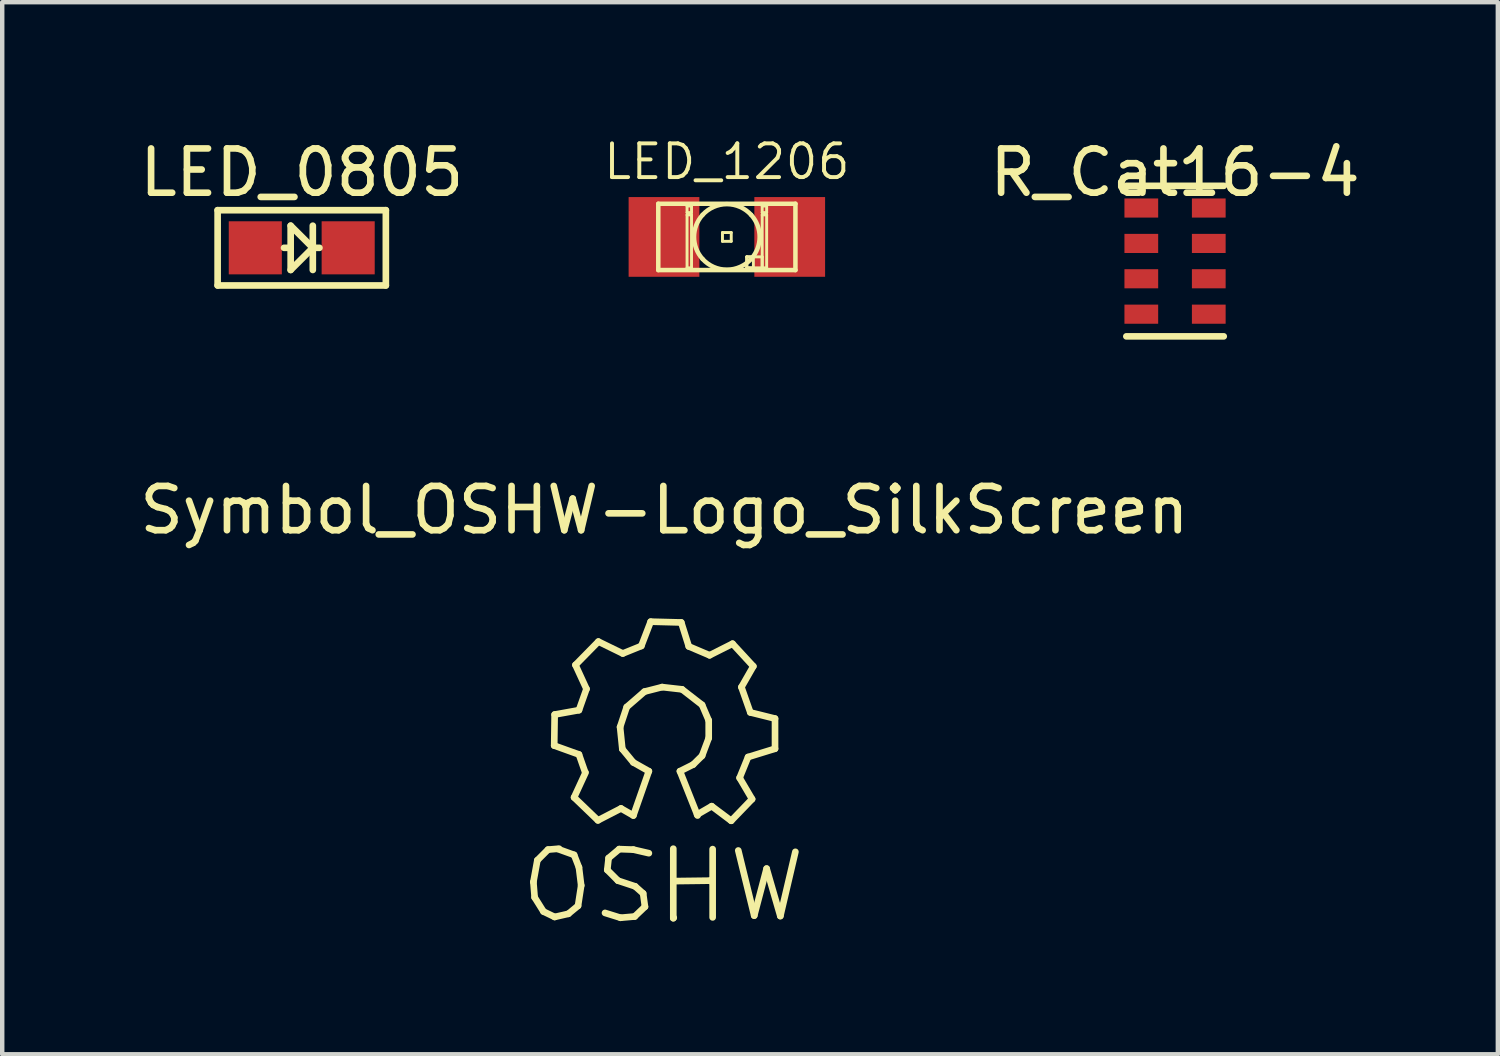
<source format=kicad_pcb>
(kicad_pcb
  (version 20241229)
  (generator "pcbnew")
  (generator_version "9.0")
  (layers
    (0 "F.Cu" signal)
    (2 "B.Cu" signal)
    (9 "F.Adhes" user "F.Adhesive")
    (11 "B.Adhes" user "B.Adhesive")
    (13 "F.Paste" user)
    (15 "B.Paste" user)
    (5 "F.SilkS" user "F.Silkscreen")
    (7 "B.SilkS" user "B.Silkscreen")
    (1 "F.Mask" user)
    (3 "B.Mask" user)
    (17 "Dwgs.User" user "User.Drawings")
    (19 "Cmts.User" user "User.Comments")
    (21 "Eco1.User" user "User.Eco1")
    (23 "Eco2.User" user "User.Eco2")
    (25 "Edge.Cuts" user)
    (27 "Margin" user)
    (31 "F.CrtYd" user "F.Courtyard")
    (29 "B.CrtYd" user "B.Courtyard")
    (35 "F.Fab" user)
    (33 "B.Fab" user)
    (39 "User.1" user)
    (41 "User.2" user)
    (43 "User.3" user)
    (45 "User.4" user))
  (footprint "Symbol_OSHW-Logo_SilkScreen"
    (layer "F.Cu")
    (at 11.958 13.472)
    (property "Reference" "Symbol_OSHW-Logo_SilkScreen" (at 0 -5 0) (layer "F.SilkS") (effects (font (size 1 1) (thickness 0.15))))
    (attr through_hole)
    (fp_line (start -2.959 3.401) (end -2.931 3.749) (stroke (width 0.15) (type solid)) (layer "F.SilkS"))
    (fp_line (start -2.931 3.749) (end -2.731 4.069) (stroke (width 0.15) (type solid)) (layer "F.SilkS"))
    (fp_line (start -2.87 2.911) (end -2.959 3.401) (stroke (width 0.15) (type solid)) (layer "F.SilkS"))
    (fp_line (start -2.731 4.069) (end -2.479 4.191) (stroke (width 0.15) (type solid)) (layer "F.SilkS"))
    (fp_line (start -2.629 2.67) (end -2.87 2.911) (stroke (width 0.15) (type solid)) (layer "F.SilkS"))
    (fp_line (start -2.489 0.32) (end -1.93 0.521) (stroke (width 0.15) (type solid)) (layer "F.SilkS"))
    (fp_line (start -2.479 -0.381) (end -2.489 0.32) (stroke (width 0.15) (type solid)) (layer "F.SilkS"))
    (fp_line (start -2.479 4.191) (end -2.169 4.12) (stroke (width 0.15) (type solid)) (layer "F.SilkS"))
    (fp_line (start -2.38 2.649) (end -2.629 2.67) (stroke (width 0.15) (type solid)) (layer "F.SilkS"))
    (fp_line (start -2.169 4.12) (end -1.951 3.94) (stroke (width 0.15) (type solid)) (layer "F.SilkS"))
    (fp_line (start -2.04 1.491) (end -1.501 2.009) (stroke (width 0.15) (type solid)) (layer "F.SilkS"))
    (fp_line (start -2.04 2.789) (end -2.4 2.659) (stroke (width 0.15) (type solid)) (layer "F.SilkS"))
    (fp_line (start -2.009 -1.501) (end -1.76 -0.96) (stroke (width 0.15) (type solid)) (layer "F.SilkS"))
    (fp_line (start -1.951 3.94) (end -1.88 3.48) (stroke (width 0.15) (type solid)) (layer "F.SilkS"))
    (fp_line (start -1.93 -0.48) (end -2.479 -0.381) (stroke (width 0.15) (type solid)) (layer "F.SilkS"))
    (fp_line (start -1.93 0.521) (end -1.791 0.919) (stroke (width 0.15) (type solid)) (layer "F.SilkS"))
    (fp_line (start -1.93 3.071) (end -2.04 2.789) (stroke (width 0.15) (type solid)) (layer "F.SilkS"))
    (fp_line (start -1.88 3.48) (end -1.93 3.071) (stroke (width 0.15) (type solid)) (layer "F.SilkS"))
    (fp_line (start -1.781 0.93) (end -2.04 1.491) (stroke (width 0.15) (type solid)) (layer "F.SilkS"))
    (fp_line (start -1.76 -0.96) (end -1.93 -0.48) (stroke (width 0.15) (type solid)) (layer "F.SilkS"))
    (fp_line (start -1.501 2.009) (end -0.98 1.74) (stroke (width 0.15) (type solid)) (layer "F.SilkS"))
    (fp_line (start -1.491 -2.029) (end -2.009 -1.501) (stroke (width 0.15) (type solid)) (layer "F.SilkS"))
    (fp_line (start -1.29 3.129) (end -1.049 3.371) (stroke (width 0.15) (type solid)) (layer "F.SilkS"))
    (fp_line (start -1.26 2.86) (end -1.29 3.129) (stroke (width 0.15) (type solid)) (layer "F.SilkS"))
    (fp_line (start -1.049 3.371) (end -0.66 3.5) (stroke (width 0.15) (type solid)) (layer "F.SilkS"))
    (fp_line (start -1.021 2.659) (end -1.26 2.86) (stroke (width 0.15) (type solid)) (layer "F.SilkS"))
    (fp_line (start -1.001 -0.099) (end -0.95 0.399) (stroke (width 0.15) (type solid)) (layer "F.SilkS"))
    (fp_line (start -0.991 4.209) (end -1.341 4.1) (stroke (width 0.15) (type solid)) (layer "F.SilkS"))
    (fp_line (start -0.98 1.74) (end -0.701 1.9) (stroke (width 0.15) (type solid)) (layer "F.SilkS"))
    (fp_line (start -0.95 0.399) (end -0.701 0.701) (stroke (width 0.15) (type solid)) (layer "F.SilkS"))
    (fp_line (start -0.94 -1.76) (end -1.491 -2.029) (stroke (width 0.15) (type solid)) (layer "F.SilkS"))
    (fp_line (start -0.851 -0.551) (end -1.001 -0.099) (stroke (width 0.15) (type solid)) (layer "F.SilkS"))
    (fp_line (start -0.701 0.701) (end -0.351 0.899) (stroke (width 0.15) (type solid)) (layer "F.SilkS"))
    (fp_line (start -0.701 2.67) (end -1.021 2.659) (stroke (width 0.15) (type solid)) (layer "F.SilkS"))
    (fp_line (start -0.671 4.181) (end -0.991 4.209) (stroke (width 0.15) (type solid)) (layer "F.SilkS"))
    (fp_line (start -0.66 3.5) (end -0.48 3.66) (stroke (width 0.15) (type solid)) (layer "F.SilkS"))
    (fp_line (start -0.521 -1.93) (end -0.94 -1.76) (stroke (width 0.15) (type solid)) (layer "F.SilkS"))
    (fp_line (start -0.48 3.66) (end -0.439 3.96) (stroke (width 0.15) (type solid)) (layer "F.SilkS"))
    (fp_line (start -0.45 -0.899) (end -0.851 -0.551) (stroke (width 0.15) (type solid)) (layer "F.SilkS"))
    (fp_line (start -0.439 3.96) (end -0.671 4.181) (stroke (width 0.15) (type solid)) (layer "F.SilkS"))
    (fp_line (start -0.351 0.899) (end -0.701 1.9) (stroke (width 0.15) (type solid)) (layer "F.SilkS"))
    (fp_line (start -0.351 2.751) (end -0.701 2.67) (stroke (width 0.15) (type solid)) (layer "F.SilkS"))
    (fp_line (start -0.31 -2.479) (end -0.521 -1.93) (stroke (width 0.15) (type solid)) (layer "F.SilkS"))
    (fp_line (start -0.051 -1.001) (end -0.45 -0.899) (stroke (width 0.15) (type solid)) (layer "F.SilkS"))
    (fp_line (start 0.201 2.649) (end 0.201 4.219) (stroke (width 0.15) (type solid)) (layer "F.SilkS"))
    (fp_line (start 0.201 4.219) (end 0.211 4.209) (stroke (width 0.15) (type solid)) (layer "F.SilkS"))
    (fp_line (start 0.249 3.381) (end 1.039 3.371) (stroke (width 0.15) (type solid)) (layer "F.SilkS"))
    (fp_line (start 0.351 0.899) (end 0.65 0.749) (stroke (width 0.15) (type solid)) (layer "F.SilkS"))
    (fp_line (start 0.351 0.899) (end 0.749 1.9) (stroke (width 0.15) (type solid)) (layer "F.SilkS"))
    (fp_line (start 0.381 -2.461) (end -0.31 -2.479) (stroke (width 0.15) (type solid)) (layer "F.SilkS"))
    (fp_line (start 0.399 -0.95) (end -0.051 -1.001) (stroke (width 0.15) (type solid)) (layer "F.SilkS"))
    (fp_line (start 0.551 -1.92) (end 0.381 -2.461) (stroke (width 0.15) (type solid)) (layer "F.SilkS"))
    (fp_line (start 0.65 0.749) (end 0.851 0.551) (stroke (width 0.15) (type solid)) (layer "F.SilkS"))
    (fp_line (start 0.739 1.88) (end 1.069 1.689) (stroke (width 0.15) (type solid)) (layer "F.SilkS"))
    (fp_line (start 0.851 -0.599) (end 0.399 -0.95) (stroke (width 0.15) (type solid)) (layer "F.SilkS"))
    (fp_line (start 0.851 0.551) (end 1.001 0.15) (stroke (width 0.15) (type solid)) (layer "F.SilkS"))
    (fp_line (start 1.001 -0.249) (end 0.851 -0.599) (stroke (width 0.15) (type solid)) (layer "F.SilkS"))
    (fp_line (start 1.001 0.15) (end 1.001 -0.249) (stroke (width 0.15) (type solid)) (layer "F.SilkS"))
    (fp_line (start 1.021 -1.72) (end 0.551 -1.92) (stroke (width 0.15) (type solid)) (layer "F.SilkS"))
    (fp_line (start 1.039 3.371) (end 1.049 3.381) (stroke (width 0.15) (type solid)) (layer "F.SilkS"))
    (fp_line (start 1.049 3.381) (end 1.049 3.371) (stroke (width 0.15) (type solid)) (layer "F.SilkS"))
    (fp_line (start 1.069 1.689) (end 1.509 2.019) (stroke (width 0.15) (type solid)) (layer "F.SilkS"))
    (fp_line (start 1.09 2.659) (end 1.09 4.201) (stroke (width 0.15) (type solid)) (layer "F.SilkS"))
    (fp_line (start 1.509 2.019) (end 1.981 1.529) (stroke (width 0.15) (type solid)) (layer "F.SilkS"))
    (fp_line (start 1.539 -1.981) (end 1.021 -1.72) (stroke (width 0.15) (type solid)) (layer "F.SilkS"))
    (fp_line (start 1.669 2.69) (end 2.029 4.161) (stroke (width 0.15) (type solid)) (layer "F.SilkS"))
    (fp_line (start 1.699 1.049) (end 1.89 0.579) (stroke (width 0.15) (type solid)) (layer "F.SilkS"))
    (fp_line (start 1.74 -1.001) (end 2.009 -1.471) (stroke (width 0.15) (type solid)) (layer "F.SilkS"))
    (fp_line (start 1.89 0.579) (end 2.499 0.391) (stroke (width 0.15) (type solid)) (layer "F.SilkS"))
    (fp_line (start 1.941 -0.429) (end 1.74 -1.001) (stroke (width 0.15) (type solid)) (layer "F.SilkS"))
    (fp_line (start 1.981 1.529) (end 1.699 1.049) (stroke (width 0.15) (type solid)) (layer "F.SilkS"))
    (fp_line (start 2.009 -1.471) (end 1.539 -1.981) (stroke (width 0.15) (type solid)) (layer "F.SilkS"))
    (fp_line (start 2.029 4.161) (end 2.309 3.099) (stroke (width 0.15) (type solid)) (layer "F.SilkS"))
    (fp_line (start 2.309 3.099) (end 2.619 4.171) (stroke (width 0.15) (type solid)) (layer "F.SilkS"))
    (fp_line (start 2.499 -0.29) (end 1.941 -0.429) (stroke (width 0.15) (type solid)) (layer "F.SilkS"))
    (fp_line (start 2.499 0.391) (end 2.499 -0.29) (stroke (width 0.15) (type solid)) (layer "F.SilkS"))
    (fp_line (start 2.619 4.171) (end 2.959 2.72) (stroke (width 0.15) (type solid)) (layer "F.SilkS")))
  (footprint "R_Cat16-4"
    (layer "F.Cu")
    (at 23.493 2.848)
    (property "Reference" "R_Cat16-4" (at 0 -2 0) (layer "F.SilkS") (effects (font (size 1 1) (thickness 0.15))))
    (attr through_hole)
    (fp_line (start -1.1 -1.7) (end 1.1 -1.7) (stroke (width 0.15) (type solid)) (layer "F.SilkS"))
    (fp_line (start -1.1 1.7) (end 1.1 1.7) (stroke (width 0.15) (type solid)) (layer "F.SilkS"))
    (pad "1" smd rect (at 0.762 1.199) (size 0.762 0.432) (layers "F.Cu" "F.Mask" "F.Paste"))
    (pad "2" smd rect (at 0.762 0.399) (size 0.762 0.432) (layers "F.Cu" "F.Mask" "F.Paste"))
    (pad "3" smd rect (at 0.762 -0.399) (size 0.762 0.432) (layers "F.Cu" "F.Mask" "F.Paste"))
    (pad "4" smd rect (at 0.762 -1.199) (size 0.762 0.432) (layers "F.Cu" "F.Mask" "F.Paste"))
    (pad "5" smd rect (at -0.762 -1.199) (size 0.762 0.432) (layers "F.Cu" "F.Mask" "F.Paste"))
    (pad "6" smd rect (at -0.762 -0.399) (size 0.762 0.432) (layers "F.Cu" "F.Mask" "F.Paste"))
    (pad "7" smd rect (at -0.762 0.399) (size 0.762 0.432) (layers "F.Cu" "F.Mask" "F.Paste"))
    (pad "8" smd rect (at -0.762 1.199) (size 0.762 0.432) (layers "F.Cu" "F.Mask" "F.Paste")))
  (footprint "LED_1206"
    (layer "F.Cu")
    (at 13.369 2.302)
    (property "Reference" "LED_1206" (at 0 -1.7 0) (layer "F.SilkS") (effects (font (size 0.762 0.762) (thickness 0.089))))
    (attr smd)
    (fp_line (start -1.549 -0.749) (end 1.549 -0.749) (stroke (width 0.102) (type solid)) (layer "F.SilkS"))
    (fp_line (start -1.549 0.749) (end -1.549 -0.749) (stroke (width 0.102) (type solid)) (layer "F.SilkS"))
    (fp_line (start -0.899 -0.699) (end -0.798 -0.699) (stroke (width 0.066) (type solid)) (layer "F.SilkS"))
    (fp_line (start -0.899 -0.549) (end -0.899 -0.699) (stroke (width 0.066) (type solid)) (layer "F.SilkS"))
    (fp_line (start -0.899 -0.549) (end -0.798 -0.549) (stroke (width 0.066) (type solid)) (layer "F.SilkS"))
    (fp_line (start -0.899 -0.498) (end -0.798 -0.498) (stroke (width 0.066) (type solid)) (layer "F.SilkS"))
    (fp_line (start -0.899 0.699) (end -0.899 -0.498) (stroke (width 0.066) (type solid)) (layer "F.SilkS"))
    (fp_line (start -0.899 0.699) (end -0.798 0.699) (stroke (width 0.066) (type solid)) (layer "F.SilkS"))
    (fp_line (start -0.798 -0.549) (end -0.798 -0.699) (stroke (width 0.066) (type solid)) (layer "F.SilkS"))
    (fp_line (start -0.798 0.699) (end -0.798 -0.498) (stroke (width 0.066) (type solid)) (layer "F.SilkS"))
    (fp_line (start -0.099 -0.099) (end 0.099 -0.099) (stroke (width 0.066) (type solid)) (layer "F.SilkS"))
    (fp_line (start -0.099 0.099) (end -0.099 -0.099) (stroke (width 0.066) (type solid)) (layer "F.SilkS"))
    (fp_line (start -0.099 0.099) (end 0.099 0.099) (stroke (width 0.066) (type solid)) (layer "F.SilkS"))
    (fp_line (start 0.099 0.099) (end 0.099 -0.099) (stroke (width 0.066) (type solid)) (layer "F.SilkS"))
    (fp_line (start 0.45 0.45) (end 0.599 0.45) (stroke (width 0.066) (type solid)) (layer "F.SilkS"))
    (fp_line (start 0.45 0.45) (end 0.798 0.45) (stroke (width 0.066) (type solid)) (layer "F.SilkS"))
    (fp_line (start 0.45 0.699) (end 0.45 0.45) (stroke (width 0.066) (type solid)) (layer "F.SilkS"))
    (fp_line (start 0.45 0.699) (end 0.45 0.45) (stroke (width 0.066) (type solid)) (layer "F.SilkS"))
    (fp_line (start 0.45 0.699) (end 0.599 0.699) (stroke (width 0.066) (type solid)) (layer "F.SilkS"))
    (fp_line (start 0.45 0.699) (end 0.798 0.699) (stroke (width 0.066) (type solid)) (layer "F.SilkS"))
    (fp_line (start 0.599 0.699) (end 0.599 0.45) (stroke (width 0.066) (type solid)) (layer "F.SilkS"))
    (fp_line (start 0.798 -0.699) (end 0.899 -0.699) (stroke (width 0.066) (type solid)) (layer "F.SilkS"))
    (fp_line (start 0.798 -0.549) (end 0.798 -0.699) (stroke (width 0.066) (type solid)) (layer "F.SilkS"))
    (fp_line (start 0.798 -0.549) (end 0.899 -0.549) (stroke (width 0.066) (type solid)) (layer "F.SilkS"))
    (fp_line (start 0.798 -0.498) (end 0.899 -0.498) (stroke (width 0.066) (type solid)) (layer "F.SilkS"))
    (fp_line (start 0.798 0.699) (end 0.798 -0.498) (stroke (width 0.066) (type solid)) (layer "F.SilkS"))
    (fp_line (start 0.798 0.699) (end 0.798 0.45) (stroke (width 0.066) (type solid)) (layer "F.SilkS"))
    (fp_line (start 0.798 0.699) (end 0.899 0.699) (stroke (width 0.066) (type solid)) (layer "F.SilkS"))
    (fp_line (start 0.899 -0.549) (end 0.899 -0.699) (stroke (width 0.066) (type solid)) (layer "F.SilkS"))
    (fp_line (start 0.899 0.699) (end 0.899 -0.498) (stroke (width 0.066) (type solid)) (layer "F.SilkS"))
    (fp_line (start 1.549 -0.749) (end 1.549 0.749) (stroke (width 0.102) (type solid)) (layer "F.SilkS"))
    (fp_line (start 1.549 0.749) (end -1.549 0.749) (stroke (width 0.102) (type solid)) (layer "F.SilkS"))
    (fp_arc (start -0.54864 -0.49784) (mid -0.001024 -0.740844) (end 0.547262 -0.499354) (stroke (width 0.1016) (type solid)) (layer "F.SilkS"))
    (fp_arc (start -0.54864 0.49784) (mid -0.740844 -0.000377) (end -0.548133 -0.498398) (stroke (width 0.1016) (type solid)) (layer "F.SilkS"))
    (fp_arc (start 0.54864 -0.49784) (mid 0.740844 0.000377) (end 0.548133 0.498398) (stroke (width 0.1016) (type solid)) (layer "F.SilkS"))
    (fp_arc (start 0.54864 0.49784) (mid 0.001024 0.740844) (end -0.547262 0.499354) (stroke (width 0.1016) (type solid)) (layer "F.SilkS"))
    (pad "1" smd rect (at -1.42 0) (size 1.598 1.801) (layers "F.Cu" "F.Mask" "F.Paste"))
    (pad "2" smd rect (at 1.42 0) (size 1.598 1.801) (layers "F.Cu" "F.Mask" "F.Paste")))
  (footprint "LED_0805"
    (layer "F.Cu")
    (at 3.766 2.548)
    (property "Reference" "LED_0805" (at 0.002 -1.7 180) (layer "F.SilkS") (effects (font (size 1 1) (thickness 0.15))))
    (attr smd)
    (fp_line (start -1.9 -0.85) (end -1.9 0.85) (stroke (width 0.15) (type solid)) (layer "F.SilkS"))
    (fp_line (start -1.9 0.85) (end 1.9 0.85) (stroke (width 0.15) (type solid)) (layer "F.SilkS"))
    (fp_line (start -0.4 0) (end -0.25 0) (stroke (width 0.15) (type solid)) (layer "F.SilkS"))
    (fp_line (start -0.25 -0.5) (end 0.25 0) (stroke (width 0.15) (type solid)) (layer "F.SilkS"))
    (fp_line (start -0.25 0.5) (end -0.25 -0.5) (stroke (width 0.15) (type solid)) (layer "F.SilkS"))
    (fp_line (start 0.25 0) (end -0.25 0.5) (stroke (width 0.15) (type solid)) (layer "F.SilkS"))
    (fp_line (start 0.25 0) (end 0.4 0) (stroke (width 0.15) (type solid)) (layer "F.SilkS"))
    (fp_line (start 0.25 0.5) (end 0.25 -0.5) (stroke (width 0.15) (type solid)) (layer "F.SilkS"))
    (fp_line (start 1.9 -0.85) (end -1.9 -0.85) (stroke (width 0.15) (type solid)) (layer "F.SilkS"))
    (fp_line (start 1.9 0.85) (end 1.9 -0.85) (stroke (width 0.15) (type solid)) (layer "F.SilkS"))
    (pad "1" smd rect (at 1.049 0) (size 1.199 1.199) (layers "F.Cu" "F.Mask" "F.Paste"))
    (pad "2" smd rect (at -1.049 0) (size 1.199 1.199) (layers "F.Cu" "F.Mask" "F.Paste")))
  (gr_rect
    (start -3 -3)
    (end 30.785 20.765)
    (stroke (width 0.1) (type default))
    (fill no)
    (layer "Edge.Cuts")))
</source>
